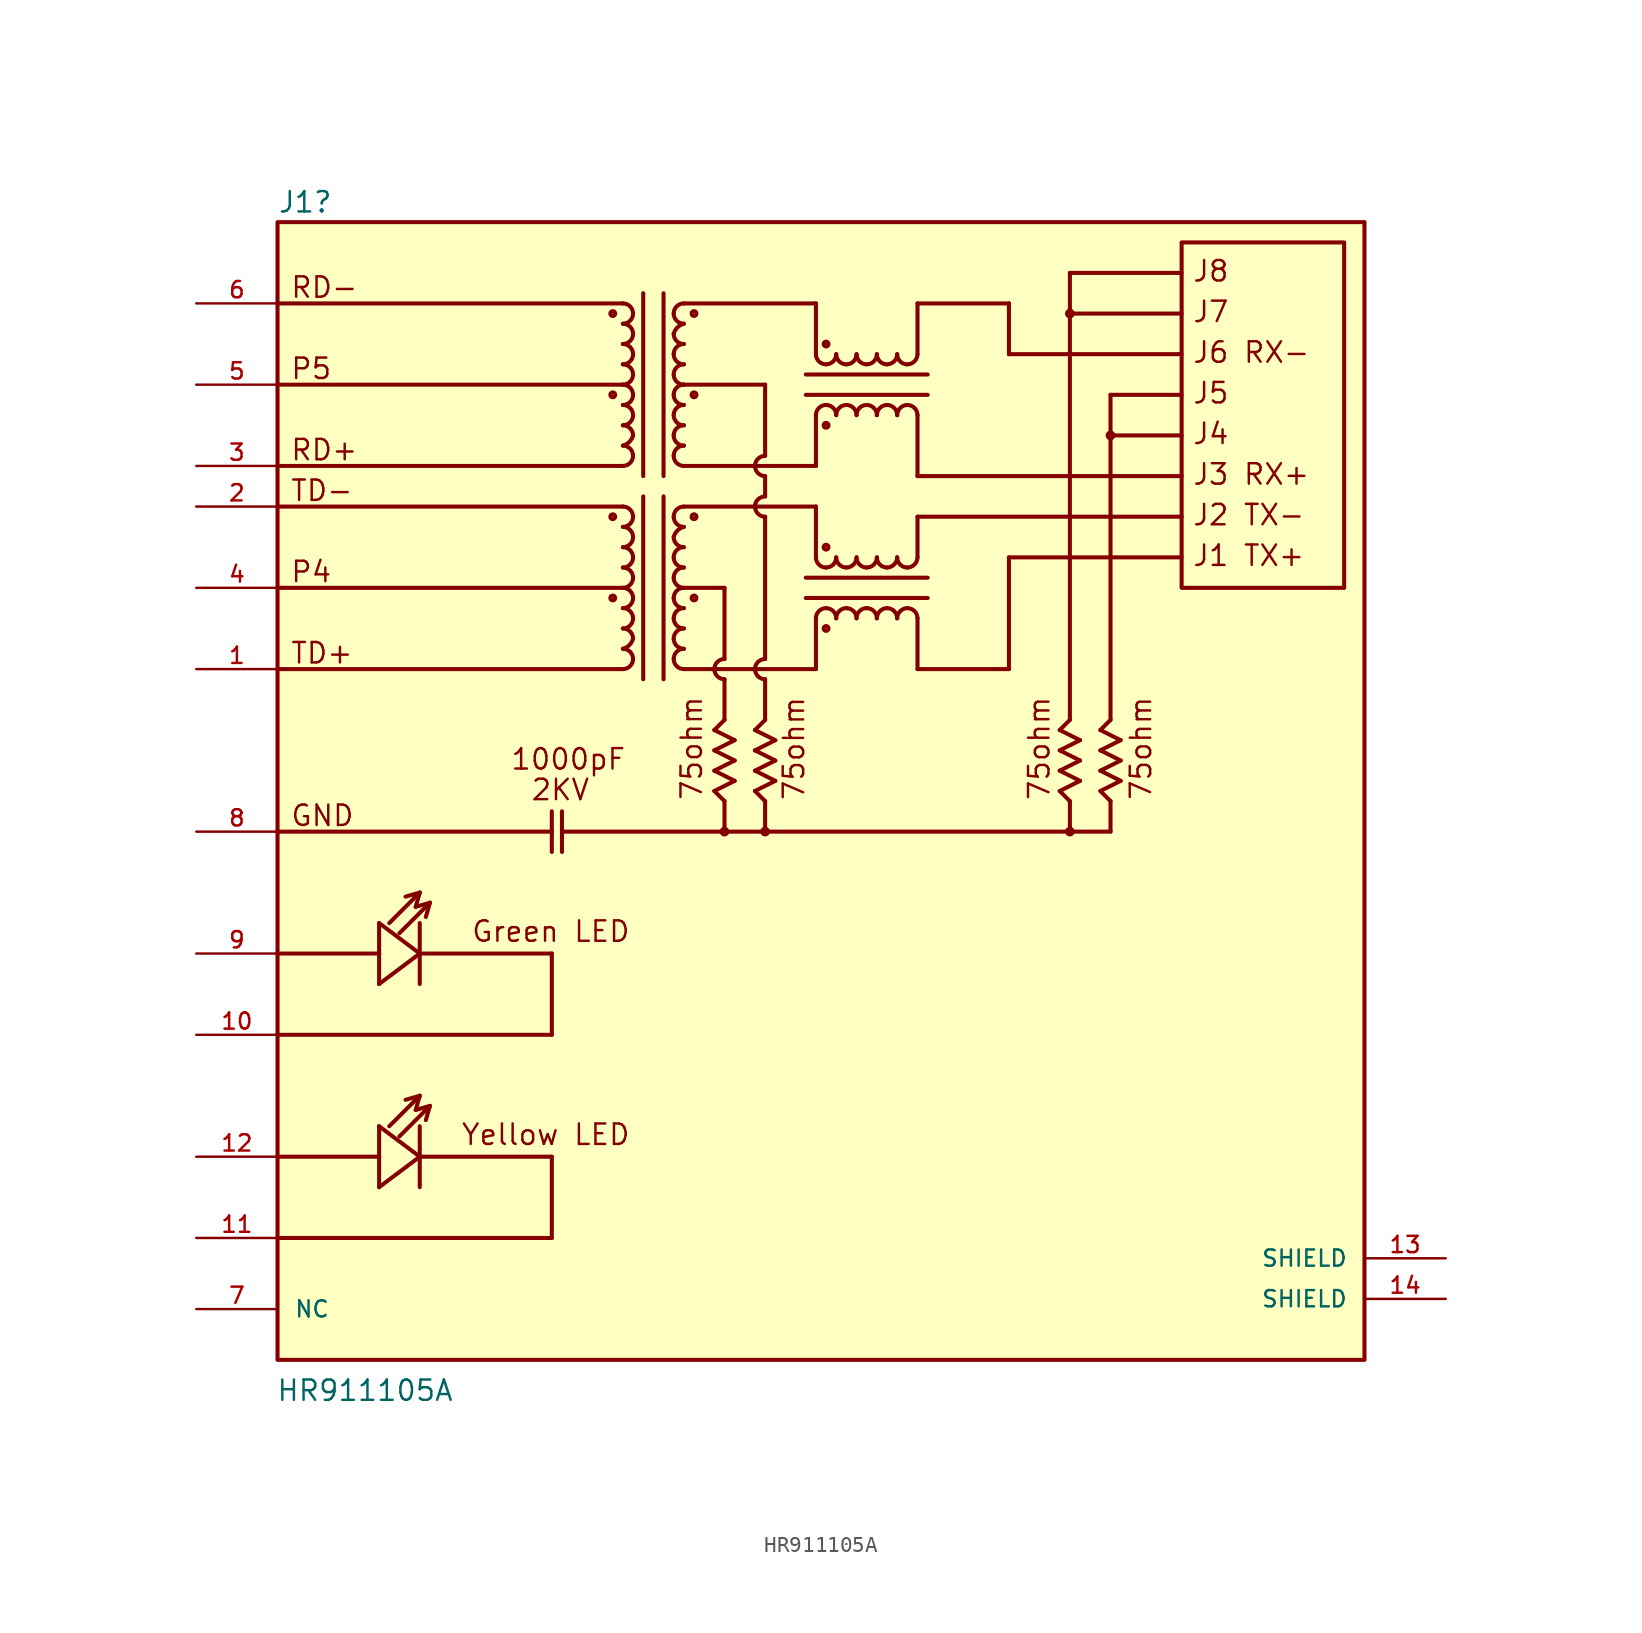
<source format=kicad_sym>
(kicad_symbol_lib
  (version 20220914)
  (generator kicad_symbol_editor)
  (symbol "HR911105A"
    (pin_names
      (offset 1.016))
    (property "Reference" "J1"
      (at -33.02 36.068 0)
      (effects (font (size 1.27 1.27)) (justify left bottom)))
    (property "Value" "HR911105A"
      (at -33.124 -38.22 0)
      (effects (font (size 1.27 1.27)) (justify left bottom)))
    (symbol "HR911105A_0_0"
      (rectangle (start -33.02 35.56) (end 34.925 -35.56) (stroke (width 0.254) (type default)) (fill (type background)))
      (circle (center -12.065 12.065) (radius 0.152) (stroke (width 0.254) (type default)) (fill (type none)))
      (circle (center -12.065 17.145) (radius 0.152) (stroke (width 0.254) (type default)) (fill (type none)))
      (circle (center -12.065 24.765) (radius 0.152) (stroke (width 0.254) (type default)) (fill (type none)))
      (circle (center -12.065 29.845) (radius 0.152) (stroke (width 0.254) (type default)) (fill (type none)))
      (arc (start -11.43 7.62) (mid -10.981 7.806) (end -10.795 8.255) (stroke (width 0.254) (type default)) (fill (type none)))
      (arc (start -11.43 8.89) (mid -11.0274 9.1224) (end -10.795 9.525) (stroke (width 0.254) (type default)) (fill (type none)))
      (arc (start -11.43 10.16) (mid -10.981 10.346) (end -10.795 10.795) (stroke (width 0.254) (type default)) (fill (type none)))
      (arc (start -11.43 11.43) (mid -10.981 11.616) (end -10.795 12.065) (stroke (width 0.254) (type default)) (fill (type none)))
      (arc (start -11.43 12.7) (mid -10.981 12.886) (end -10.795 13.335) (stroke (width 0.254) (type default)) (fill (type none)))
      (arc (start -11.43 13.97) (mid -10.981 14.156) (end -10.795 14.605) (stroke (width 0.254) (type default)) (fill (type none)))
      (arc (start -11.43 15.24) (mid -10.981 15.426) (end -10.795 15.875) (stroke (width 0.254) (type default)) (fill (type none)))
      (arc (start -11.43 16.51) (mid -10.981 16.696) (end -10.795 17.145) (stroke (width 0.254) (type default)) (fill (type none)))
      (arc (start -11.43 20.32) (mid -10.981 20.506) (end -10.795 20.955) (stroke (width 0.254) (type default)) (fill (type none)))
      (arc (start -11.43 21.59) (mid -11.0274 21.8224) (end -10.795 22.225) (stroke (width 0.254) (type default)) (fill (type none)))
      (arc (start -11.43 22.86) (mid -10.981 23.046) (end -10.795 23.495) (stroke (width 0.254) (type default)) (fill (type none)))
      (arc (start -11.43 24.13) (mid -10.981 24.316) (end -10.795 24.765) (stroke (width 0.254) (type default)) (fill (type none)))
      (arc (start -11.43 25.4) (mid -10.981 25.586) (end -10.795 26.035) (stroke (width 0.254) (type default)) (fill (type none)))
      (arc (start -11.43 26.67) (mid -10.981 26.856) (end -10.795 27.305) (stroke (width 0.254) (type default)) (fill (type none)))
      (arc (start -11.43 27.94) (mid -10.981 28.126) (end -10.795 28.575) (stroke (width 0.254) (type default)) (fill (type none)))
      (arc (start -11.43 29.21) (mid -10.981 29.396) (end -10.795 29.845) (stroke (width 0.254) (type default)) (fill (type none)))
      (arc (start -10.795 8.255) (mid -10.981 8.704) (end -11.43 8.89) (stroke (width 0.254) (type default)) (fill (type none)))
      (arc (start -10.795 9.525) (mid -10.981 9.974) (end -11.43 10.16) (stroke (width 0.254) (type default)) (fill (type none)))
      (arc (start -10.795 10.795) (mid -10.981 11.244) (end -11.43 11.43) (stroke (width 0.254) (type default)) (fill (type none)))
      (arc (start -10.795 12.065) (mid -10.981 12.514) (end -11.43 12.7) (stroke (width 0.254) (type default)) (fill (type none)))
      (arc (start -10.795 13.335) (mid -10.981 13.784) (end -11.43 13.97) (stroke (width 0.254) (type default)) (fill (type none)))
      (arc (start -10.795 14.605) (mid -10.981 15.054) (end -11.43 15.24) (stroke (width 0.254) (type default)) (fill (type none)))
      (arc (start -10.795 15.875) (mid -10.981 16.324) (end -11.43 16.51) (stroke (width 0.254) (type default)) (fill (type none)))
      (arc (start -10.795 17.145) (mid -10.981 17.594) (end -11.43 17.78) (stroke (width 0.254) (type default)) (fill (type none)))
      (arc (start -10.795 20.955) (mid -10.981 21.404) (end -11.43 21.59) (stroke (width 0.254) (type default)) (fill (type none)))
      (arc (start -10.795 22.225) (mid -10.981 22.674) (end -11.43 22.86) (stroke (width 0.254) (type default)) (fill (type none)))
      (arc (start -10.795 23.495) (mid -10.981 23.944) (end -11.43 24.13) (stroke (width 0.254) (type default)) (fill (type none)))
      (arc (start -10.795 24.765) (mid -10.981 25.214) (end -11.43 25.4) (stroke (width 0.254) (type default)) (fill (type none)))
      (arc (start -10.795 26.035) (mid -10.981 26.484) (end -11.43 26.67) (stroke (width 0.254) (type default)) (fill (type none)))
      (arc (start -10.795 27.305) (mid -10.981 27.754) (end -11.43 27.94) (stroke (width 0.254) (type default)) (fill (type none)))
      (arc (start -10.795 28.575) (mid -10.981 29.024) (end -11.43 29.21) (stroke (width 0.254) (type default)) (fill (type none)))
      (arc (start -10.795 29.845) (mid -10.981 30.294) (end -11.43 30.48) (stroke (width 0.254) (type default)) (fill (type none)))
      (arc (start -8.255 8.255) (mid -8.069 7.806) (end -7.62 7.62) (stroke (width 0.254) (type default)) (fill (type none)))
      (arc (start -8.255 9.525) (mid -8.069 9.076) (end -7.62 8.89) (stroke (width 0.254) (type default)) (fill (type none)))
      (arc (start -8.255 10.795) (mid -8.069 10.346) (end -7.62 10.16) (stroke (width 0.254) (type default)) (fill (type none)))
      (arc (start -8.255 12.065) (mid -8.069 11.616) (end -7.62 11.43) (stroke (width 0.254) (type default)) (fill (type none)))
      (arc (start -8.255 13.335) (mid -8.069 12.886) (end -7.62 12.7) (stroke (width 0.254) (type default)) (fill (type none)))
      (arc (start -8.255 14.605) (mid -8.069 14.156) (end -7.62 13.97) (stroke (width 0.254) (type default)) (fill (type none)))
      (arc (start -8.255 15.875) (mid -8.069 15.426) (end -7.62 15.24) (stroke (width 0.254) (type default)) (fill (type none)))
      (arc (start -8.255 17.145) (mid -8.069 16.696) (end -7.62 16.51) (stroke (width 0.254) (type default)) (fill (type none)))
      (arc (start -8.255 20.955) (mid -8.069 20.506) (end -7.62 20.32) (stroke (width 0.254) (type default)) (fill (type none)))
      (arc (start -8.255 22.225) (mid -8.069 21.776) (end -7.62 21.59) (stroke (width 0.254) (type default)) (fill (type none)))
      (arc (start -8.255 23.495) (mid -8.069 23.046) (end -7.62 22.86) (stroke (width 0.254) (type default)) (fill (type none)))
      (arc (start -8.255 24.765) (mid -8.069 24.316) (end -7.62 24.13) (stroke (width 0.254) (type default)) (fill (type none)))
      (arc (start -8.255 26.035) (mid -8.069 25.586) (end -7.62 25.4) (stroke (width 0.254) (type default)) (fill (type none)))
      (arc (start -8.255 27.305) (mid -8.069 26.856) (end -7.62 26.67) (stroke (width 0.254) (type default)) (fill (type none)))
      (arc (start -8.255 28.575) (mid -8.069 28.126) (end -7.62 27.94) (stroke (width 0.254) (type default)) (fill (type none)))
      (arc (start -8.255 29.845) (mid -8.069 29.396) (end -7.62 29.21) (stroke (width 0.254) (type default)) (fill (type none)))
      (arc (start -7.62 8.89) (mid -8.069 8.704) (end -8.255 8.255) (stroke (width 0.254) (type default)) (fill (type none)))
      (arc (start -7.62 10.16) (mid -8.069 9.974) (end -8.255 9.525) (stroke (width 0.254) (type default)) (fill (type none)))
      (arc (start -7.62 11.43) (mid -8.069 11.244) (end -8.255 10.795) (stroke (width 0.254) (type default)) (fill (type none)))
      (arc (start -7.62 12.7) (mid -8.069 12.514) (end -8.255 12.065) (stroke (width 0.254) (type default)) (fill (type none)))
      (arc (start -7.62 13.97) (mid -8.069 13.784) (end -8.255 13.335) (stroke (width 0.254) (type default)) (fill (type none)))
      (arc (start -7.62 15.24) (mid -8.069 15.054) (end -8.255 14.605) (stroke (width 0.254) (type default)) (fill (type none)))
      (arc (start -7.62 16.51) (mid -8.0226 16.2776) (end -8.255 15.875) (stroke (width 0.254) (type default)) (fill (type none)))
      (arc (start -7.62 17.78) (mid -8.069 17.594) (end -8.255 17.145) (stroke (width 0.254) (type default)) (fill (type none)))
      (arc (start -7.62 21.59) (mid -8.069 21.404) (end -8.255 20.955) (stroke (width 0.254) (type default)) (fill (type none)))
      (arc (start -7.62 22.86) (mid -8.069 22.674) (end -8.255 22.225) (stroke (width 0.254) (type default)) (fill (type none)))
      (arc (start -7.62 24.13) (mid -8.069 23.944) (end -8.255 23.495) (stroke (width 0.254) (type default)) (fill (type none)))
      (arc (start -7.62 25.4) (mid -8.069 25.214) (end -8.255 24.765) (stroke (width 0.254) (type default)) (fill (type none)))
      (arc (start -7.62 26.67) (mid -8.069 26.484) (end -8.255 26.035) (stroke (width 0.254) (type default)) (fill (type none)))
      (arc (start -7.62 27.94) (mid -8.069 27.754) (end -8.255 27.305) (stroke (width 0.254) (type default)) (fill (type none)))
      (arc (start -7.62 29.21) (mid -8.0226 28.9776) (end -8.255 28.575) (stroke (width 0.254) (type default)) (fill (type none)))
      (arc (start -7.62 30.48) (mid -8.069 30.294) (end -8.255 29.845) (stroke (width 0.254) (type default)) (fill (type none)))
      (circle (center -6.985 12.065) (radius 0.152) (stroke (width 0.254) (type default)) (fill (type none)))
      (circle (center -6.985 17.145) (radius 0.152) (stroke (width 0.254) (type default)) (fill (type none)))
      (circle (center -6.985 24.765) (radius 0.152) (stroke (width 0.254) (type default)) (fill (type none)))
      (circle (center -6.985 29.845) (radius 0.152) (stroke (width 0.254) (type default)) (fill (type none)))
      (arc (start -5.715 7.62) (mid -5.529 7.171) (end -5.08 6.985) (stroke (width 0.254) (type default)) (fill (type none)))
      (circle (center -5.08 -2.54) (radius 0.178) (stroke (width 0.254) (type default)) (fill (type none)))
      (arc (start -5.08 8.255) (mid -5.529 8.069) (end -5.715 7.62) (stroke (width 0.254) (type default)) (fill (type none)))
      (arc (start -3.175 7.62) (mid -2.989 7.171) (end -2.54 6.985) (stroke (width 0.254) (type default)) (fill (type none)))
      (arc (start -3.175 17.78) (mid -2.989 17.331) (end -2.54 17.145) (stroke (width 0.254) (type default)) (fill (type none)))
      (arc (start -3.175 20.32) (mid -2.989 19.871) (end -2.54 19.685) (stroke (width 0.254) (type default)) (fill (type none)))
      (circle (center -2.54 -2.54) (radius 0.178) (stroke (width 0.254) (type default)) (fill (type none)))
      (arc (start -2.54 8.255) (mid -2.989 8.069) (end -3.175 7.62) (stroke (width 0.254) (type default)) (fill (type none)))
      (arc (start -2.54 18.415) (mid -2.989 18.229) (end -3.175 17.78) (stroke (width 0.254) (type default)) (fill (type none)))
      (arc (start -2.54 20.955) (mid -2.989 20.769) (end -3.175 20.32) (stroke (width 0.254) (type default)) (fill (type none)))
      (polyline (pts (xy -33.02 -27.94) (xy -15.875 -27.94)) (stroke (width 0.254) (type default)) (fill (type none)))
      (polyline (pts (xy -33.02 -15.24) (xy -15.875 -15.24)) (stroke (width 0.254) (type default)) (fill (type none)))
      (polyline (pts (xy -33.02 12.7) (xy -11.43 12.7)) (stroke (width 0.254) (type default)) (fill (type none)))
      (polyline (pts (xy -33.02 20.32) (xy -11.43 20.32)) (stroke (width 0.254) (type default)) (fill (type none)))
      (polyline (pts (xy -26.67 -24.765) (xy -24.13 -22.86)) (stroke (width 0.254) (type default)) (fill (type none)))
      (polyline (pts (xy -26.67 -22.86) (xy -33.02 -22.86)) (stroke (width 0.254) (type default)) (fill (type none)))
      (polyline (pts (xy -26.67 -22.86) (xy -26.67 -24.765)) (stroke (width 0.254) (type default)) (fill (type none)))
      (polyline (pts (xy -26.67 -20.955) (xy -26.67 -22.86)) (stroke (width 0.254) (type default)) (fill (type none)))
      (polyline (pts (xy -26.67 -12.065) (xy -26.67 -10.16)) (stroke (width 0.254) (type default)) (fill (type none)))
      (polyline (pts (xy -26.67 -10.16) (xy -33.02 -10.16)) (stroke (width 0.254) (type default)) (fill (type none)))
      (polyline (pts (xy -26.67 -10.16) (xy -26.67 -8.255)) (stroke (width 0.254) (type default)) (fill (type none)))
      (polyline (pts (xy -26.67 -8.255) (xy -24.13 -10.16)) (stroke (width 0.254) (type default)) (fill (type none)))
      (polyline (pts (xy -26.035 -20.955) (xy -24.13 -19.05)) (stroke (width 0.254) (type default)) (fill (type none)))
      (polyline (pts (xy -26.035 -8.255) (xy -24.13 -6.35)) (stroke (width 0.254) (type default)) (fill (type none)))
      (polyline (pts (xy -25.4 -21.59) (xy -23.495 -19.685)) (stroke (width 0.254) (type default)) (fill (type none)))
      (polyline (pts (xy -25.4 -8.89) (xy -23.495 -6.985)) (stroke (width 0.254) (type default)) (fill (type none)))
      (polyline (pts (xy -24.13 -22.86) (xy -26.67 -20.955)) (stroke (width 0.254) (type default)) (fill (type none)))
      (polyline (pts (xy -24.13 -22.86) (xy -24.13 -24.765)) (stroke (width 0.254) (type default)) (fill (type none)))
      (polyline (pts (xy -24.13 -22.86) (xy -15.875 -22.86)) (stroke (width 0.254) (type default)) (fill (type none)))
      (polyline (pts (xy -24.13 -20.955) (xy -24.13 -22.86)) (stroke (width 0.254) (type default)) (fill (type none)))
      (polyline (pts (xy -24.13 -19.05) (xy -25.019 -19.304)) (stroke (width 0.254) (type default)) (fill (type none)))
      (polyline (pts (xy -24.13 -19.05) (xy -24.384 -19.939)) (stroke (width 0.254) (type default)) (fill (type none)))
      (polyline (pts (xy -24.13 -12.065) (xy -24.13 -10.16)) (stroke (width 0.254) (type default)) (fill (type none)))
      (polyline (pts (xy -24.13 -10.16) (xy -26.67 -12.065)) (stroke (width 0.254) (type default)) (fill (type none)))
      (polyline (pts (xy -24.13 -10.16) (xy -24.13 -8.255)) (stroke (width 0.254) (type default)) (fill (type none)))
      (polyline (pts (xy -24.13 -10.16) (xy -15.875 -10.16)) (stroke (width 0.254) (type default)) (fill (type none)))
      (polyline (pts (xy -24.13 -6.35) (xy -25.019 -6.604)) (stroke (width 0.254) (type default)) (fill (type none)))
      (polyline (pts (xy -24.13 -6.35) (xy -24.384 -7.239)) (stroke (width 0.254) (type default)) (fill (type none)))
      (polyline (pts (xy -23.495 -19.685) (xy -24.384 -19.939)) (stroke (width 0.254) (type default)) (fill (type none)))
      (polyline (pts (xy -23.495 -19.685) (xy -23.749 -20.574)) (stroke (width 0.254) (type default)) (fill (type none)))
      (polyline (pts (xy -23.495 -6.985) (xy -24.384 -7.239)) (stroke (width 0.254) (type default)) (fill (type none)))
      (polyline (pts (xy -23.495 -6.985) (xy -23.749 -7.874)) (stroke (width 0.254) (type default)) (fill (type none)))
      (polyline (pts (xy -15.875 -27.94) (xy -15.875 -22.86)) (stroke (width 0.254) (type default)) (fill (type none)))
      (polyline (pts (xy -15.875 -15.24) (xy -15.875 -10.16)) (stroke (width 0.254) (type default)) (fill (type none)))
      (polyline (pts (xy -15.875 -2.54) (xy -33.02 -2.54)) (stroke (width 0.254) (type default)) (fill (type none)))
      (polyline (pts (xy -15.875 -2.54) (xy -15.875 -3.81)) (stroke (width 0.254) (type default)) (fill (type none)))
      (polyline (pts (xy -15.875 -1.27) (xy -15.875 -2.54)) (stroke (width 0.254) (type default)) (fill (type none)))
      (polyline (pts (xy -15.24 -2.54) (xy -15.24 -3.81)) (stroke (width 0.254) (type default)) (fill (type none)))
      (polyline (pts (xy -15.24 -2.54) (xy -15.24 -1.27)) (stroke (width 0.254) (type default)) (fill (type none)))
      (polyline (pts (xy -11.43 7.62) (xy -33.02 7.62)) (stroke (width 0.254) (type default)) (fill (type none)))
      (polyline (pts (xy -11.43 17.78) (xy -33.02 17.78)) (stroke (width 0.254) (type default)) (fill (type none)))
      (polyline (pts (xy -11.43 25.4) (xy -33.02 25.4)) (stroke (width 0.254) (type default)) (fill (type none)))
      (polyline (pts (xy -11.43 30.48) (xy -33.02 30.48)) (stroke (width 0.254) (type default)) (fill (type none)))
      (polyline (pts (xy -10.16 18.415) (xy -10.16 6.985)) (stroke (width 0.254) (type default)) (fill (type none)))
      (polyline (pts (xy -10.16 31.115) (xy -10.16 19.685)) (stroke (width 0.254) (type default)) (fill (type none)))
      (polyline (pts (xy -8.89 18.415) (xy -8.89 6.985)) (stroke (width 0.254) (type default)) (fill (type none)))
      (polyline (pts (xy -8.89 31.115) (xy -8.89 19.685)) (stroke (width 0.254) (type default)) (fill (type none)))
      (polyline (pts (xy -7.62 7.62) (xy -5.715 7.62)) (stroke (width 0.254) (type default)) (fill (type none)))
      (polyline (pts (xy -7.62 20.32) (xy -3.175 20.32)) (stroke (width 0.254) (type default)) (fill (type none)))
      (polyline (pts (xy -7.62 25.4) (xy -2.54 25.4)) (stroke (width 0.254) (type default)) (fill (type none)))
      (polyline (pts (xy -5.715 0) (xy -5.08 -0.635)) (stroke (width 0.254) (type default)) (fill (type none)))
      (polyline (pts (xy -5.715 1.27) (xy -4.445 0.635)) (stroke (width 0.254) (type default)) (fill (type none)))
      (polyline (pts (xy -5.715 2.54) (xy -4.445 1.905)) (stroke (width 0.254) (type default)) (fill (type none)))
      (polyline (pts (xy -5.715 3.81) (xy -4.445 3.175)) (stroke (width 0.254) (type default)) (fill (type none)))
      (polyline (pts (xy -5.715 7.62) (xy -3.175 7.62)) (stroke (width 0.254) (type default)) (fill (type none)))
      (polyline (pts (xy -5.08 -2.54) (xy -15.24 -2.54)) (stroke (width 0.254) (type default)) (fill (type none)))
      (polyline (pts (xy -5.08 -0.635) (xy -5.08 -2.54)) (stroke (width 0.254) (type default)) (fill (type none)))
      (polyline (pts (xy -5.08 4.445) (xy -5.715 3.81)) (stroke (width 0.254) (type default)) (fill (type none)))
      (polyline (pts (xy -5.08 6.985) (xy -5.08 4.445)) (stroke (width 0.254) (type default)) (fill (type none)))
      (polyline (pts (xy -5.08 8.255) (xy -5.08 12.7)) (stroke (width 0.254) (type default)) (fill (type none)))
      (polyline (pts (xy -5.08 12.7) (xy -7.62 12.7)) (stroke (width 0.254) (type default)) (fill (type none)))
      (polyline (pts (xy -4.445 0.635) (xy -5.715 0)) (stroke (width 0.254) (type default)) (fill (type none)))
      (polyline (pts (xy -4.445 1.905) (xy -5.715 1.27)) (stroke (width 0.254) (type default)) (fill (type none)))
      (polyline (pts (xy -4.445 3.175) (xy -5.715 2.54)) (stroke (width 0.254) (type default)) (fill (type none)))
      (polyline (pts (xy -3.175 0) (xy -2.54 -0.635)) (stroke (width 0.254) (type default)) (fill (type none)))
      (polyline (pts (xy -3.175 1.27) (xy -1.905 0.635)) (stroke (width 0.254) (type default)) (fill (type none)))
      (polyline (pts (xy -3.175 2.54) (xy -1.905 1.905)) (stroke (width 0.254) (type default)) (fill (type none)))
      (polyline (pts (xy -3.175 3.81) (xy -1.905 3.175)) (stroke (width 0.254) (type default)) (fill (type none)))
      (polyline (pts (xy -3.175 7.62) (xy 0.635 7.62)) (stroke (width 0.254) (type default)) (fill (type none)))
      (polyline (pts (xy -3.175 17.78) (xy -7.62 17.78)) (stroke (width 0.254) (type default)) (fill (type none)))
      (polyline (pts (xy -3.175 20.32) (xy 0.635 20.32)) (stroke (width 0.254) (type default)) (fill (type none)))
      (polyline (pts (xy -2.54 -0.635) (xy -2.54 -2.54)) (stroke (width 0.254) (type default)) (fill (type none)))
      (polyline (pts (xy -2.54 4.445) (xy -3.175 3.81)) (stroke (width 0.254) (type default)) (fill (type none)))
      (polyline (pts (xy -2.54 6.985) (xy -2.54 4.445)) (stroke (width 0.254) (type default)) (fill (type none)))
      (polyline (pts (xy -2.54 17.145) (xy -2.54 8.255)) (stroke (width 0.254) (type default)) (fill (type none)))
      (polyline (pts (xy -2.54 19.685) (xy -2.54 18.415)) (stroke (width 0.254) (type default)) (fill (type none)))
      (polyline (pts (xy -2.54 25.4) (xy -2.54 20.955)) (stroke (width 0.254) (type default)) (fill (type none)))
      (polyline (pts (xy -1.905 0.635) (xy -3.175 0)) (stroke (width 0.254) (type default)) (fill (type none)))
      (polyline (pts (xy -1.905 1.905) (xy -3.175 1.27)) (stroke (width 0.254) (type default)) (fill (type none)))
      (polyline (pts (xy -1.905 3.175) (xy -3.175 2.54)) (stroke (width 0.254) (type default)) (fill (type none)))
      (polyline (pts (xy 0 12.065) (xy 7.62 12.065)) (stroke (width 0.254) (type default)) (fill (type none)))
      (polyline (pts (xy 0 13.335) (xy 7.62 13.335)) (stroke (width 0.254) (type default)) (fill (type none)))
      (polyline (pts (xy 0 24.765) (xy 7.62 24.765)) (stroke (width 0.254) (type default)) (fill (type none)))
      (polyline (pts (xy 0 26.035) (xy 7.62 26.035)) (stroke (width 0.254) (type default)) (fill (type none)))
      (polyline (pts (xy 0.635 7.62) (xy 0.635 10.795)) (stroke (width 0.254) (type default)) (fill (type none)))
      (polyline (pts (xy 0.635 14.605) (xy 0.635 17.78)) (stroke (width 0.254) (type default)) (fill (type none)))
      (polyline (pts (xy 0.635 17.78) (xy -3.175 17.78)) (stroke (width 0.254) (type default)) (fill (type none)))
      (polyline (pts (xy 0.635 20.32) (xy 0.635 23.495)) (stroke (width 0.254) (type default)) (fill (type none)))
      (polyline (pts (xy 0.635 27.305) (xy 0.635 30.48)) (stroke (width 0.254) (type default)) (fill (type none)))
      (polyline (pts (xy 0.635 30.48) (xy -7.62 30.48)) (stroke (width 0.254) (type default)) (fill (type none)))
      (polyline (pts (xy 6.985 10.795) (xy 6.985 7.62)) (stroke (width 0.254) (type default)) (fill (type none)))
      (polyline (pts (xy 6.985 17.145) (xy 6.985 14.605)) (stroke (width 0.254) (type default)) (fill (type none)))
      (polyline (pts (xy 6.985 23.495) (xy 6.985 19.685)) (stroke (width 0.254) (type default)) (fill (type none)))
      (polyline (pts (xy 6.985 30.48) (xy 6.985 27.305)) (stroke (width 0.254) (type default)) (fill (type none)))
      (polyline (pts (xy 12.7 7.62) (xy 6.985 7.62)) (stroke (width 0.254) (type default)) (fill (type none)))
      (polyline (pts (xy 12.7 14.605) (xy 12.7 7.62)) (stroke (width 0.254) (type default)) (fill (type none)))
      (polyline (pts (xy 12.7 27.305) (xy 12.7 30.48)) (stroke (width 0.254) (type default)) (fill (type none)))
      (polyline (pts (xy 12.7 30.48) (xy 6.985 30.48)) (stroke (width 0.254) (type default)) (fill (type none)))
      (polyline (pts (xy 15.875 0) (xy 16.51 -0.635)) (stroke (width 0.254) (type default)) (fill (type none)))
      (polyline (pts (xy 15.875 1.27) (xy 17.145 0.635)) (stroke (width 0.254) (type default)) (fill (type none)))
      (polyline (pts (xy 15.875 2.54) (xy 17.145 1.905)) (stroke (width 0.254) (type default)) (fill (type none)))
      (polyline (pts (xy 15.875 3.81) (xy 17.145 3.175)) (stroke (width 0.254) (type default)) (fill (type none)))
      (polyline (pts (xy 16.51 -0.635) (xy 16.51 -2.54)) (stroke (width 0.254) (type default)) (fill (type none)))
      (polyline (pts (xy 16.51 4.445) (xy 15.875 3.81)) (stroke (width 0.254) (type default)) (fill (type none)))
      (polyline (pts (xy 16.51 29.845) (xy 16.51 4.445)) (stroke (width 0.254) (type default)) (fill (type none)))
      (polyline (pts (xy 16.51 29.845) (xy 23.495 29.845)) (stroke (width 0.254) (type default)) (fill (type none)))
      (polyline (pts (xy 16.51 32.385) (xy 16.51 29.845)) (stroke (width 0.254) (type default)) (fill (type none)))
      (polyline (pts (xy 17.145 0.635) (xy 15.875 0)) (stroke (width 0.254) (type default)) (fill (type none)))
      (polyline (pts (xy 17.145 1.905) (xy 15.875 1.27)) (stroke (width 0.254) (type default)) (fill (type none)))
      (polyline (pts (xy 17.145 3.175) (xy 15.875 2.54)) (stroke (width 0.254) (type default)) (fill (type none)))
      (polyline (pts (xy 18.415 0) (xy 19.05 -0.635)) (stroke (width 0.254) (type default)) (fill (type none)))
      (polyline (pts (xy 18.415 1.27) (xy 19.685 0.635)) (stroke (width 0.254) (type default)) (fill (type none)))
      (polyline (pts (xy 18.415 2.54) (xy 19.685 1.905)) (stroke (width 0.254) (type default)) (fill (type none)))
      (polyline (pts (xy 18.415 3.81) (xy 19.685 3.175)) (stroke (width 0.254) (type default)) (fill (type none)))
      (polyline (pts (xy 19.05 -2.54) (xy -5.08 -2.54)) (stroke (width 0.254) (type default)) (fill (type none)))
      (polyline (pts (xy 19.05 -0.635) (xy 19.05 -2.54)) (stroke (width 0.254) (type default)) (fill (type none)))
      (polyline (pts (xy 19.05 4.445) (xy 18.415 3.81)) (stroke (width 0.254) (type default)) (fill (type none)))
      (polyline (pts (xy 19.05 22.225) (xy 19.05 4.445)) (stroke (width 0.254) (type default)) (fill (type none)))
      (polyline (pts (xy 19.05 22.225) (xy 23.495 22.225)) (stroke (width 0.254) (type default)) (fill (type none)))
      (polyline (pts (xy 19.05 24.765) (xy 19.05 22.225)) (stroke (width 0.254) (type default)) (fill (type none)))
      (polyline (pts (xy 19.685 0.635) (xy 18.415 0)) (stroke (width 0.254) (type default)) (fill (type none)))
      (polyline (pts (xy 19.685 1.905) (xy 18.415 1.27)) (stroke (width 0.254) (type default)) (fill (type none)))
      (polyline (pts (xy 19.685 3.175) (xy 18.415 2.54)) (stroke (width 0.254) (type default)) (fill (type none)))
      (polyline (pts (xy 23.495 14.605) (xy 12.7 14.605)) (stroke (width 0.254) (type default)) (fill (type none)))
      (polyline (pts (xy 23.495 17.145) (xy 6.985 17.145)) (stroke (width 0.254) (type default)) (fill (type none)))
      (polyline (pts (xy 23.495 19.685) (xy 6.985 19.685)) (stroke (width 0.254) (type default)) (fill (type none)))
      (polyline (pts (xy 23.495 24.765) (xy 19.05 24.765)) (stroke (width 0.254) (type default)) (fill (type none)))
      (polyline (pts (xy 23.495 27.305) (xy 12.7 27.305)) (stroke (width 0.254) (type default)) (fill (type none)))
      (polyline (pts (xy 23.495 32.385) (xy 16.51 32.385)) (stroke (width 0.254) (type default)) (fill (type none)))
      (arc (start 0.635 14.605) (mid 0.821 14.156) (end 1.27 13.97) (stroke (width 0.254) (type default)) (fill (type none)))
      (arc (start 0.635 27.305) (mid 0.821 26.856) (end 1.27 26.67) (stroke (width 0.254) (type default)) (fill (type none)))
      (circle (center 1.27 10.16) (radius 0.152) (stroke (width 0.254) (type default)) (fill (type none)))
      (arc (start 1.27 11.43) (mid 0.821 11.244) (end 0.635 10.795) (stroke (width 0.254) (type default)) (fill (type none)))
      (arc (start 1.27 13.97) (mid 1.719 14.156) (end 1.905 14.605) (stroke (width 0.254) (type default)) (fill (type none)))
      (circle (center 1.27 15.24) (radius 0.152) (stroke (width 0.254) (type default)) (fill (type none)))
      (circle (center 1.27 22.86) (radius 0.152) (stroke (width 0.254) (type default)) (fill (type none)))
      (arc (start 1.27 24.13) (mid 0.821 23.944) (end 0.635 23.495) (stroke (width 0.254) (type default)) (fill (type none)))
      (arc (start 1.27 26.67) (mid 1.719 26.856) (end 1.905 27.305) (stroke (width 0.254) (type default)) (fill (type none)))
      (circle (center 1.27 27.94) (radius 0.152) (stroke (width 0.254) (type default)) (fill (type none)))
      (arc (start 1.905 10.795) (mid 1.719 11.244) (end 1.27 11.43) (stroke (width 0.254) (type default)) (fill (type none)))
      (arc (start 1.905 14.605) (mid 2.091 14.156) (end 2.54 13.97) (stroke (width 0.254) (type default)) (fill (type none)))
      (arc (start 1.905 23.495) (mid 1.719 23.944) (end 1.27 24.13) (stroke (width 0.254) (type default)) (fill (type none)))
      (arc (start 1.905 27.305) (mid 2.091 26.856) (end 2.54 26.67) (stroke (width 0.254) (type default)) (fill (type none)))
      (arc (start 2.54 11.43) (mid 2.091 11.244) (end 1.905 10.795) (stroke (width 0.254) (type default)) (fill (type none)))
      (arc (start 2.54 13.97) (mid 2.989 14.156) (end 3.175 14.605) (stroke (width 0.254) (type default)) (fill (type none)))
      (arc (start 2.54 24.13) (mid 2.091 23.944) (end 1.905 23.495) (stroke (width 0.254) (type default)) (fill (type none)))
      (arc (start 2.54 26.67) (mid 2.989 26.856) (end 3.175 27.305) (stroke (width 0.254) (type default)) (fill (type none)))
      (arc (start 3.175 10.795) (mid 2.989 11.244) (end 2.54 11.43) (stroke (width 0.254) (type default)) (fill (type none)))
      (arc (start 3.175 14.605) (mid 3.361 14.156) (end 3.81 13.97) (stroke (width 0.254) (type default)) (fill (type none)))
      (arc (start 3.175 23.495) (mid 2.989 23.944) (end 2.54 24.13) (stroke (width 0.254) (type default)) (fill (type none)))
      (arc (start 3.175 27.305) (mid 3.361 26.856) (end 3.81 26.67) (stroke (width 0.254) (type default)) (fill (type none)))
      (arc (start 3.81 11.43) (mid 3.361 11.244) (end 3.175 10.795) (stroke (width 0.254) (type default)) (fill (type none)))
      (arc (start 3.81 13.97) (mid 4.259 14.156) (end 4.445 14.605) (stroke (width 0.254) (type default)) (fill (type none)))
      (arc (start 3.81 24.13) (mid 3.361 23.944) (end 3.175 23.495) (stroke (width 0.254) (type default)) (fill (type none)))
      (arc (start 3.81 26.67) (mid 4.259 26.856) (end 4.445 27.305) (stroke (width 0.254) (type default)) (fill (type none)))
      (arc (start 4.445 10.795) (mid 4.259 11.244) (end 3.81 11.43) (stroke (width 0.254) (type default)) (fill (type none)))
      (arc (start 4.445 14.605) (mid 4.631 14.156) (end 5.08 13.97) (stroke (width 0.254) (type default)) (fill (type none)))
      (arc (start 4.445 23.495) (mid 4.259 23.944) (end 3.81 24.13) (stroke (width 0.254) (type default)) (fill (type none)))
      (arc (start 4.445 27.305) (mid 4.631 26.856) (end 5.08 26.67) (stroke (width 0.254) (type default)) (fill (type none)))
      (arc (start 5.08 11.43) (mid 4.631 11.244) (end 4.445 10.795) (stroke (width 0.254) (type default)) (fill (type none)))
      (arc (start 5.08 13.97) (mid 5.529 14.156) (end 5.715 14.605) (stroke (width 0.254) (type default)) (fill (type none)))
      (arc (start 5.08 24.13) (mid 4.631 23.944) (end 4.445 23.495) (stroke (width 0.254) (type default)) (fill (type none)))
      (arc (start 5.08 26.67) (mid 5.529 26.856) (end 5.715 27.305) (stroke (width 0.254) (type default)) (fill (type none)))
      (arc (start 5.715 10.795) (mid 5.529 11.244) (end 5.08 11.43) (stroke (width 0.254) (type default)) (fill (type none)))
      (arc (start 5.715 14.605) (mid 5.901 14.156) (end 6.35 13.97) (stroke (width 0.254) (type default)) (fill (type none)))
      (arc (start 5.715 23.495) (mid 5.529 23.944) (end 5.08 24.13) (stroke (width 0.254) (type default)) (fill (type none)))
      (arc (start 5.715 27.305) (mid 5.901 26.856) (end 6.35 26.67) (stroke (width 0.254) (type default)) (fill (type none)))
      (arc (start 6.35 11.43) (mid 5.901 11.244) (end 5.715 10.795) (stroke (width 0.254) (type default)) (fill (type none)))
      (arc (start 6.35 13.97) (mid 6.799 14.156) (end 6.985 14.605) (stroke (width 0.254) (type default)) (fill (type none)))
      (arc (start 6.35 24.13) (mid 5.901 23.944) (end 5.715 23.495) (stroke (width 0.254) (type default)) (fill (type none)))
      (arc (start 6.35 26.67) (mid 6.799 26.856) (end 6.985 27.305) (stroke (width 0.254) (type default)) (fill (type none)))
      (arc (start 6.985 10.795) (mid 6.799 11.244) (end 6.35 11.43) (stroke (width 0.254) (type default)) (fill (type none)))
      (arc (start 6.985 23.495) (mid 6.799 23.944) (end 6.35 24.13) (stroke (width 0.254) (type default)) (fill (type none)))
      (circle (center 16.51 -2.54) (radius 0.178) (stroke (width 0.254) (type default)) (fill (type none)))
      (circle (center 16.51 29.845) (radius 0.18) (stroke (width 0.254) (type default)) (fill (type none)))
      (circle (center 19.05 22.225) (radius 0.18) (stroke (width 0.254) (type default)) (fill (type none)))
      (text "1000pF" (at -18.501 1.242 0) (effects (font (size 1.276 1.276)) (justify left bottom)))
      (text "2KV" (at -17.231 -0.672 0) (effects (font (size 1.276 1.276)) (justify left bottom)))
      (text "75ohm" (at -6.39 -0.655 900) (effects (font (size 1.278 1.278)) (justify left bottom)))
      (text "75ohm" (at 0 -0.667 900) (effects (font (size 1.276 1.276)) (justify left bottom)))
      (text "75ohm" (at 15.335 -0.662 900) (effects (font (size 1.278 1.278)) (justify left bottom)))
      (text "75ohm" (at 21.692 -0.655 900) (effects (font (size 1.276 1.276)) (justify left bottom)))
      (text "GND" (at -32.258 -2.286 0) (effects (font (size 1.276 1.276)) (justify left bottom)))
      (text "Green LED" (at -20.955 -9.525 0) (effects (font (size 1.276 1.276)) (justify left bottom)))
      (text "J1 TX+" (at 24.13 13.97 0) (effects (font (size 1.276 1.276)) (justify left bottom)))
      (text "J2 TX-" (at 24.13 16.51 0) (effects (font (size 1.277 1.277)) (justify left bottom)))
      (text "J3 RX+" (at 24.13 19.05 0) (effects (font (size 1.277 1.277)) (justify left bottom)))
      (text "J4" (at 24.13 21.59 0) (effects (font (size 1.277 1.277)) (justify left bottom)))
      (text "J5" (at 24.13 24.13 0) (effects (font (size 1.278 1.278)) (justify left bottom)))
      (text "J6 RX-" (at 24.13 26.67 0) (effects (font (size 1.278 1.278)) (justify left bottom)))
      (text "J7" (at 24.13 29.21 0) (effects (font (size 1.278 1.278)) (justify left bottom)))
      (text "J8" (at 24.13 31.75 0) (effects (font (size 1.278 1.278)) (justify left bottom)))
      (text "P4" (at -32.258 12.954 0) (effects (font (size 1.276 1.276)) (justify left bottom)))
      (text "P5" (at -32.258 25.654 0) (effects (font (size 1.276 1.276)) (justify left bottom)))
      (text "RD+" (at -32.258 20.574 0) (effects (font (size 1.274 1.274)) (justify left bottom)))
      (text "RD-" (at -32.258 30.734 0) (effects (font (size 1.274 1.274)) (justify left bottom)))
      (text "TD+" (at -32.258 7.874 0) (effects (font (size 1.277 1.277)) (justify left bottom)))
      (text "TD-" (at -32.258 18.034 0) (effects (font (size 1.275 1.275)) (justify left bottom)))
      (text "Yellow LED" (at -21.59 -22.225 0) (effects (font (size 1.279 1.279)) (justify left bottom)))
      (pin passive line (at -38.1 7.62 0) (length 5.08) (name "~" (effects (font (size 1.016 1.016)))) (number "1" (effects (font (size 1.016 1.016)))))
      (pin passive line (at -38.1 -15.24 0) (length 5.08) (name "~" (effects (font (size 1.016 1.016)))) (number "10" (effects (font (size 1.016 1.016)))))
      (pin passive line (at -38.1 -27.94 0) (length 5.08) (name "~" (effects (font (size 1.016 1.016)))) (number "11" (effects (font (size 1.016 1.016)))))
      (pin passive line (at -38.1 -22.86 0) (length 5.08) (name "~" (effects (font (size 1.016 1.016)))) (number "12" (effects (font (size 1.016 1.016)))))
      (pin passive line (at -38.1 17.78 0) (length 5.08) (name "~" (effects (font (size 1.016 1.016)))) (number "2" (effects (font (size 1.016 1.016)))))
      (pin passive line (at -38.1 20.32 0) (length 5.08) (name "~" (effects (font (size 1.016 1.016)))) (number "3" (effects (font (size 1.016 1.016)))))
      (pin passive line (at -38.1 12.7 0) (length 5.08) (name "~" (effects (font (size 1.016 1.016)))) (number "4" (effects (font (size 1.016 1.016)))))
      (pin passive line (at -38.1 25.4 0) (length 5.08) (name "~" (effects (font (size 1.016 1.016)))) (number "5" (effects (font (size 1.016 1.016)))))
      (pin passive line (at -38.1 30.48 0) (length 5.08) (name "~" (effects (font (size 1.016 1.016)))) (number "6" (effects (font (size 1.016 1.016)))))
      (pin power_in line (at -38.1 -2.54 0) (length 5.08) (name "~" (effects (font (size 1.016 1.016)))) (number "8" (effects (font (size 1.016 1.016)))))
      (pin passive line (at -38.1 -10.16 0) (length 5.08) (name "~" (effects (font (size 1.016 1.016)))) (number "9" (effects (font (size 1.016 1.016))))))
    (symbol "HR911105A_1_0"
      (pin passive line (at 40.005 -29.21 180) (length 5.08) (name "SHIELD" (effects (font (size 1.016 1.016)))) (number "13" (effects (font (size 1.016 1.016)))))
      (pin passive line (at 40.005 -31.75 180) (length 5.08) (name "SHIELD" (effects (font (size 1.016 1.016)))) (number "14" (effects (font (size 1.016 1.016)))))
      (pin passive line (at -38.1 -32.385 0) (length 5.08) (name "NC" (effects (font (size 1.016 1.016)))) (number "7" (effects (font (size 1.016 1.016))))))
    (symbol "HR911105A_1_1"
      (rectangle (start 23.495 34.29) (end 33.655 12.7) (stroke (width 0.254) (type default)) (fill (type none))))))
</source>
